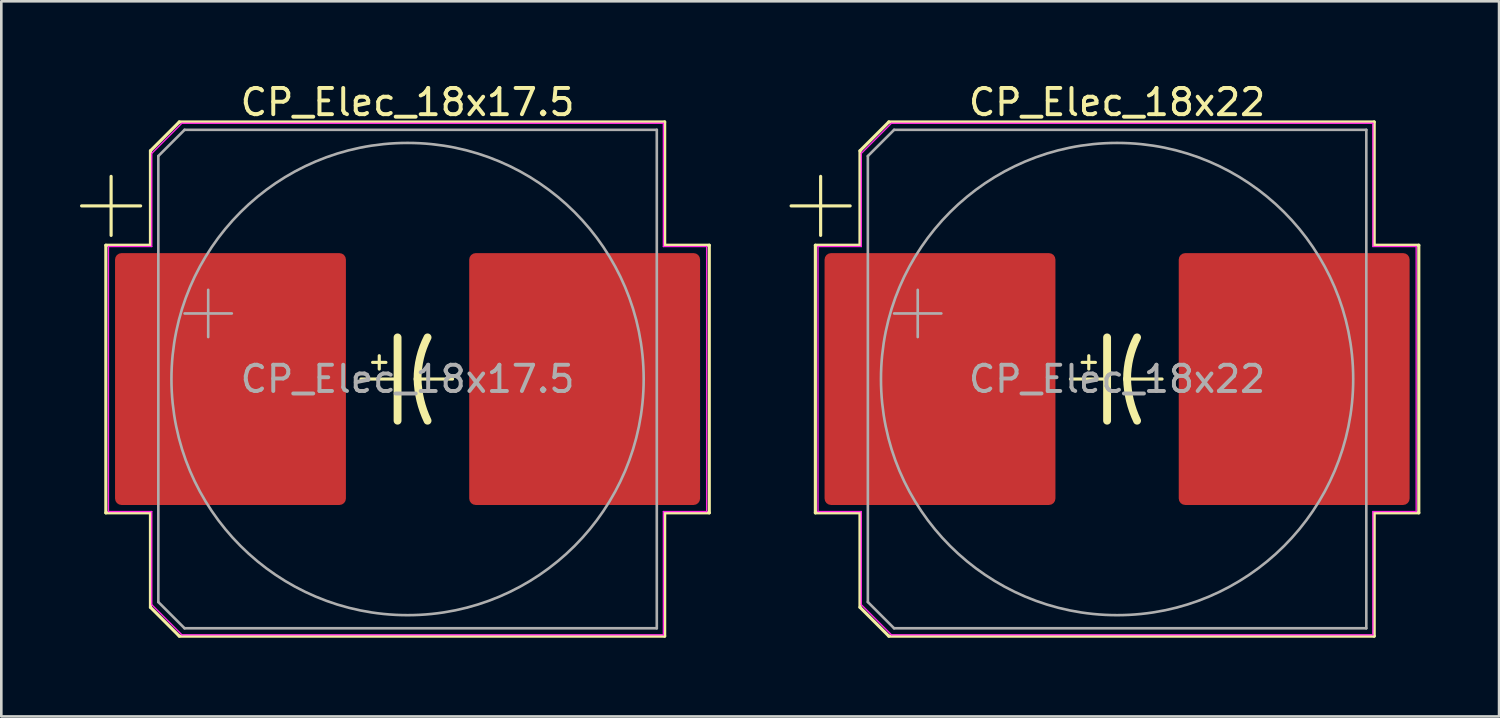
<source format=kicad_pcb>
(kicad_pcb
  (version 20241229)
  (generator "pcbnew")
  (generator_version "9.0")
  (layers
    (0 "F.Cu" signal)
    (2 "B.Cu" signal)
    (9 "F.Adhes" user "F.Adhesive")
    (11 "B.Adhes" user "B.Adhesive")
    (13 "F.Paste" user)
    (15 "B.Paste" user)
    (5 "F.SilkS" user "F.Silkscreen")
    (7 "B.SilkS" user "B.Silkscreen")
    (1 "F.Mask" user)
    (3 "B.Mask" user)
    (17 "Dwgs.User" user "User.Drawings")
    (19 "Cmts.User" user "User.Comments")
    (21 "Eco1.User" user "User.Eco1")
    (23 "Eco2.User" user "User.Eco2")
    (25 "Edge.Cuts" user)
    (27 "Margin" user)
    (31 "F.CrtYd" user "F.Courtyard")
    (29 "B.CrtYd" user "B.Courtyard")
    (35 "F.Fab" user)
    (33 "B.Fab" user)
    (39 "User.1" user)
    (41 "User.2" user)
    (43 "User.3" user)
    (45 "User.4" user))
  (footprint "CP_Elec_18x17.5"
    (layer "F.Cu")
    (at 12.485 11.398)
    (property "Reference" "CP_Elec_18x17.5" (at 0 -10.55 0) (layer "F.SilkS") (effects (font (size 1 1) (thickness 0.15))))
    (attr smd)
    (fp_line (start -12.425 -6.6) (end -10.175 -6.6) (stroke (width 0.12) (type solid)) (layer "F.SilkS"))
    (fp_line (start -11.5 -5.1) (end -11.5 5.1) (stroke (width 0.12) (type solid)) (layer "F.SilkS"))
    (fp_line (start -11.5 5.1) (end -9.8 5.1) (stroke (width 0.12) (type solid)) (layer "F.SilkS"))
    (fp_line (start -11.3 -7.725) (end -11.3 -5.475) (stroke (width 0.12) (type solid)) (layer "F.SilkS"))
    (fp_line (start -9.8 -8.7) (end -9.8 -5.1) (stroke (width 0.12) (type solid)) (layer "F.SilkS"))
    (fp_line (start -9.8 -5.1) (end -11.5 -5.1) (stroke (width 0.12) (type solid)) (layer "F.SilkS"))
    (fp_line (start -9.8 5.1) (end -9.8 8.7) (stroke (width 0.12) (type solid)) (layer "F.SilkS"))
    (fp_line (start -9.8 8.7) (end -8.7 9.8) (stroke (width 0.12) (type solid)) (layer "F.SilkS"))
    (fp_line (start -8.7 -9.8) (end -9.8 -8.7) (stroke (width 0.12) (type solid)) (layer "F.SilkS"))
    (fp_line (start -8.7 9.8) (end 9.8 9.8) (stroke (width 0.12) (type solid)) (layer "F.SilkS"))
    (fp_line (start -1.778 0) (end -0.381 0) (stroke (width 0.12) (type solid)) (layer "F.SilkS"))
    (fp_line (start -1.079 -0.381) (end -1.079 -0.889) (stroke (width 0.12) (type solid)) (layer "F.SilkS"))
    (fp_line (start -0.826 -0.635) (end -1.333 -0.635) (stroke (width 0.12) (type solid)) (layer "F.SilkS"))
    (fp_line (start -0.381 -1.587) (end -0.381 1.587) (stroke (width 0.3) (type solid)) (layer "F.SilkS"))
    (fp_line (start 1.714 0) (end 0.381 0) (stroke (width 0.12) (type solid)) (layer "F.SilkS"))
    (fp_line (start 9.8 -9.8) (end -8.7 -9.8) (stroke (width 0.12) (type solid)) (layer "F.SilkS"))
    (fp_line (start 9.8 -5.1) (end 9.8 -9.8) (stroke (width 0.12) (type solid)) (layer "F.SilkS"))
    (fp_line (start 9.8 5.1) (end 11.5 5.1) (stroke (width 0.12) (type solid)) (layer "F.SilkS"))
    (fp_line (start 9.8 9.8) (end 9.8 5.1) (stroke (width 0.12) (type solid)) (layer "F.SilkS"))
    (fp_line (start 11.5 -5.1) (end 9.8 -5.1) (stroke (width 0.12) (type solid)) (layer "F.SilkS"))
    (fp_line (start 11.5 5.1) (end 11.5 -5.1) (stroke (width 0.12) (type solid)) (layer "F.SilkS"))
    (fp_arc (start 0.381 0) (mid 0.477553 -0.816297) (end 0.762 -1.5875) (stroke (width 0.3) (type solid)) (layer "F.SilkS"))
    (fp_arc (start 0.762 1.5875) (mid 0.488774 0.813604) (end 0.381 0) (stroke (width 0.3) (type solid)) (layer "F.SilkS"))
    (fp_line (start -11.4 -5.05) (end -11.4 5.05) (stroke (width 0.05) (type solid)) (layer "F.CrtYd"))
    (fp_line (start -11.4 5.05) (end -9.75 5.05) (stroke (width 0.05) (type solid)) (layer "F.CrtYd"))
    (fp_line (start -9.75 -8.6) (end -9.75 -5.05) (stroke (width 0.05) (type solid)) (layer "F.CrtYd"))
    (fp_line (start -9.75 -8.6) (end -8.6 -9.75) (stroke (width 0.05) (type solid)) (layer "F.CrtYd"))
    (fp_line (start -9.75 -5.05) (end -11.4 -5.05) (stroke (width 0.05) (type solid)) (layer "F.CrtYd"))
    (fp_line (start -9.75 5.05) (end -9.75 8.6) (stroke (width 0.05) (type solid)) (layer "F.CrtYd"))
    (fp_line (start -9.75 8.6) (end -8.6 9.75) (stroke (width 0.05) (type solid)) (layer "F.CrtYd"))
    (fp_line (start -8.6 -9.75) (end 9.75 -9.75) (stroke (width 0.05) (type solid)) (layer "F.CrtYd"))
    (fp_line (start -8.6 9.75) (end 9.75 9.75) (stroke (width 0.05) (type solid)) (layer "F.CrtYd"))
    (fp_line (start 9.75 -9.75) (end 9.75 -5.05) (stroke (width 0.05) (type solid)) (layer "F.CrtYd"))
    (fp_line (start 9.75 -5.05) (end 11.4 -5.05) (stroke (width 0.05) (type solid)) (layer "F.CrtYd"))
    (fp_line (start 9.75 5.05) (end 9.75 9.75) (stroke (width 0.05) (type solid)) (layer "F.CrtYd"))
    (fp_line (start 11.4 -5.05) (end 11.4 5.05) (stroke (width 0.05) (type solid)) (layer "F.CrtYd"))
    (fp_line (start 11.4 5.05) (end 9.75 5.05) (stroke (width 0.05) (type solid)) (layer "F.CrtYd"))
    (fp_line (start -9.5 -8.5) (end -9.5 8.5) (stroke (width 0.1) (type solid)) (layer "F.Fab"))
    (fp_line (start -9.5 -8.5) (end -8.5 -9.5) (stroke (width 0.1) (type solid)) (layer "F.Fab"))
    (fp_line (start -9.5 8.5) (end -8.5 9.5) (stroke (width 0.1) (type solid)) (layer "F.Fab"))
    (fp_line (start -8.5 -9.5) (end 9.5 -9.5) (stroke (width 0.1) (type solid)) (layer "F.Fab"))
    (fp_line (start -8.5 9.5) (end 9.5 9.5) (stroke (width 0.1) (type solid)) (layer "F.Fab"))
    (fp_line (start -8.499 -2.5) (end -6.699 -2.5) (stroke (width 0.1) (type solid)) (layer "F.Fab"))
    (fp_line (start -7.599 -3.4) (end -7.599 -1.6) (stroke (width 0.1) (type solid)) (layer "F.Fab"))
    (fp_line (start 9.5 -9.5) (end 9.5 9.5) (stroke (width 0.1) (type solid)) (layer "F.Fab"))
    (fp_circle (center 0 0) (end 9 0) (stroke (width 0.1) (type solid)) (fill no) (layer "F.Fab"))
    (fp_text user "${REFERENCE}" (at 0 0 0) (layer "F.Fab") (effects (font (size 1 1) (thickness 0.15))))
    (pad "1" smd roundrect (at -6.75 0) (size 8.8 9.6) (layers "F.Cu" "F.Mask" "F.Paste") (roundrect_rratio 0.028))
    (pad "2" smd roundrect (at 6.75 0) (size 8.8 9.6) (layers "F.Cu" "F.Mask" "F.Paste") (roundrect_rratio 0.028)))
  (footprint "CP_Elec_18x22"
    (layer "F.Cu")
    (at 39.53 11.398)
    (property "Reference" "CP_Elec_18x22" (at 0 -10.55 0) (layer "F.SilkS") (effects (font (size 1 1) (thickness 0.15))))
    (attr smd)
    (fp_line (start -12.425 -6.6) (end -10.175 -6.6) (stroke (width 0.12) (type solid)) (layer "F.SilkS"))
    (fp_line (start -11.5 -5.1) (end -11.5 5.1) (stroke (width 0.12) (type solid)) (layer "F.SilkS"))
    (fp_line (start -11.5 5.1) (end -9.8 5.1) (stroke (width 0.12) (type solid)) (layer "F.SilkS"))
    (fp_line (start -11.3 -7.725) (end -11.3 -5.475) (stroke (width 0.12) (type solid)) (layer "F.SilkS"))
    (fp_line (start -9.8 -8.7) (end -9.8 -5.1) (stroke (width 0.12) (type solid)) (layer "F.SilkS"))
    (fp_line (start -9.8 -5.1) (end -11.5 -5.1) (stroke (width 0.12) (type solid)) (layer "F.SilkS"))
    (fp_line (start -9.8 5.1) (end -9.8 8.7) (stroke (width 0.12) (type solid)) (layer "F.SilkS"))
    (fp_line (start -9.8 8.7) (end -8.7 9.8) (stroke (width 0.12) (type solid)) (layer "F.SilkS"))
    (fp_line (start -8.7 -9.8) (end -9.8 -8.7) (stroke (width 0.12) (type solid)) (layer "F.SilkS"))
    (fp_line (start -8.7 9.8) (end 9.8 9.8) (stroke (width 0.12) (type solid)) (layer "F.SilkS"))
    (fp_line (start -1.778 0) (end -0.381 0) (stroke (width 0.12) (type solid)) (layer "F.SilkS"))
    (fp_line (start -1.079 -0.381) (end -1.079 -0.889) (stroke (width 0.12) (type solid)) (layer "F.SilkS"))
    (fp_line (start -0.826 -0.635) (end -1.333 -0.635) (stroke (width 0.12) (type solid)) (layer "F.SilkS"))
    (fp_line (start -0.381 -1.587) (end -0.381 1.587) (stroke (width 0.3) (type solid)) (layer "F.SilkS"))
    (fp_line (start 1.714 0) (end 0.381 0) (stroke (width 0.12) (type solid)) (layer "F.SilkS"))
    (fp_line (start 9.8 -9.8) (end -8.7 -9.8) (stroke (width 0.12) (type solid)) (layer "F.SilkS"))
    (fp_line (start 9.8 -5.1) (end 9.8 -9.8) (stroke (width 0.12) (type solid)) (layer "F.SilkS"))
    (fp_line (start 9.8 5.1) (end 11.5 5.1) (stroke (width 0.12) (type solid)) (layer "F.SilkS"))
    (fp_line (start 9.8 9.8) (end 9.8 5.1) (stroke (width 0.12) (type solid)) (layer "F.SilkS"))
    (fp_line (start 11.5 -5.1) (end 9.8 -5.1) (stroke (width 0.12) (type solid)) (layer "F.SilkS"))
    (fp_line (start 11.5 5.1) (end 11.5 -5.1) (stroke (width 0.12) (type solid)) (layer "F.SilkS"))
    (fp_arc (start 0.381 0) (mid 0.477553 -0.816297) (end 0.762 -1.5875) (stroke (width 0.3) (type solid)) (layer "F.SilkS"))
    (fp_arc (start 0.762 1.5875) (mid 0.488774 0.813604) (end 0.381 0) (stroke (width 0.3) (type solid)) (layer "F.SilkS"))
    (fp_line (start -11.4 -5.05) (end -11.4 5.05) (stroke (width 0.05) (type solid)) (layer "F.CrtYd"))
    (fp_line (start -11.4 5.05) (end -9.75 5.05) (stroke (width 0.05) (type solid)) (layer "F.CrtYd"))
    (fp_line (start -9.75 -8.6) (end -9.75 -5.05) (stroke (width 0.05) (type solid)) (layer "F.CrtYd"))
    (fp_line (start -9.75 -8.6) (end -8.6 -9.75) (stroke (width 0.05) (type solid)) (layer "F.CrtYd"))
    (fp_line (start -9.75 -5.05) (end -11.4 -5.05) (stroke (width 0.05) (type solid)) (layer "F.CrtYd"))
    (fp_line (start -9.75 5.05) (end -9.75 8.6) (stroke (width 0.05) (type solid)) (layer "F.CrtYd"))
    (fp_line (start -9.75 8.6) (end -8.6 9.75) (stroke (width 0.05) (type solid)) (layer "F.CrtYd"))
    (fp_line (start -8.6 -9.75) (end 9.75 -9.75) (stroke (width 0.05) (type solid)) (layer "F.CrtYd"))
    (fp_line (start -8.6 9.75) (end 9.75 9.75) (stroke (width 0.05) (type solid)) (layer "F.CrtYd"))
    (fp_line (start 9.75 -9.75) (end 9.75 -5.05) (stroke (width 0.05) (type solid)) (layer "F.CrtYd"))
    (fp_line (start 9.75 -5.05) (end 11.4 -5.05) (stroke (width 0.05) (type solid)) (layer "F.CrtYd"))
    (fp_line (start 9.75 5.05) (end 9.75 9.75) (stroke (width 0.05) (type solid)) (layer "F.CrtYd"))
    (fp_line (start 11.4 -5.05) (end 11.4 5.05) (stroke (width 0.05) (type solid)) (layer "F.CrtYd"))
    (fp_line (start 11.4 5.05) (end 9.75 5.05) (stroke (width 0.05) (type solid)) (layer "F.CrtYd"))
    (fp_line (start -9.5 -8.5) (end -9.5 8.5) (stroke (width 0.1) (type solid)) (layer "F.Fab"))
    (fp_line (start -9.5 -8.5) (end -8.5 -9.5) (stroke (width 0.1) (type solid)) (layer "F.Fab"))
    (fp_line (start -9.5 8.5) (end -8.5 9.5) (stroke (width 0.1) (type solid)) (layer "F.Fab"))
    (fp_line (start -8.5 -9.5) (end 9.5 -9.5) (stroke (width 0.1) (type solid)) (layer "F.Fab"))
    (fp_line (start -8.5 9.5) (end 9.5 9.5) (stroke (width 0.1) (type solid)) (layer "F.Fab"))
    (fp_line (start -8.499 -2.5) (end -6.699 -2.5) (stroke (width 0.1) (type solid)) (layer "F.Fab"))
    (fp_line (start -7.599 -3.4) (end -7.599 -1.6) (stroke (width 0.1) (type solid)) (layer "F.Fab"))
    (fp_line (start 9.5 -9.5) (end 9.5 9.5) (stroke (width 0.1) (type solid)) (layer "F.Fab"))
    (fp_circle (center 0 0) (end 9 0) (stroke (width 0.1) (type solid)) (fill no) (layer "F.Fab"))
    (fp_text user "${REFERENCE}" (at 0 0 0) (layer "F.Fab") (effects (font (size 1 1) (thickness 0.15))))
    (pad "1" smd roundrect (at -6.75 0) (size 8.8 9.6) (layers "F.Cu" "F.Mask" "F.Paste") (roundrect_rratio 0.028))
    (pad "2" smd roundrect (at 6.75 0) (size 8.8 9.6) (layers "F.Cu" "F.Mask" "F.Paste") (roundrect_rratio 0.028)))
  (gr_rect
    (start -3 -3)
    (end 54.09 24.258)
    (stroke (width 0.1) (type default))
    (fill no)
    (layer "Edge.Cuts")))
</source>
